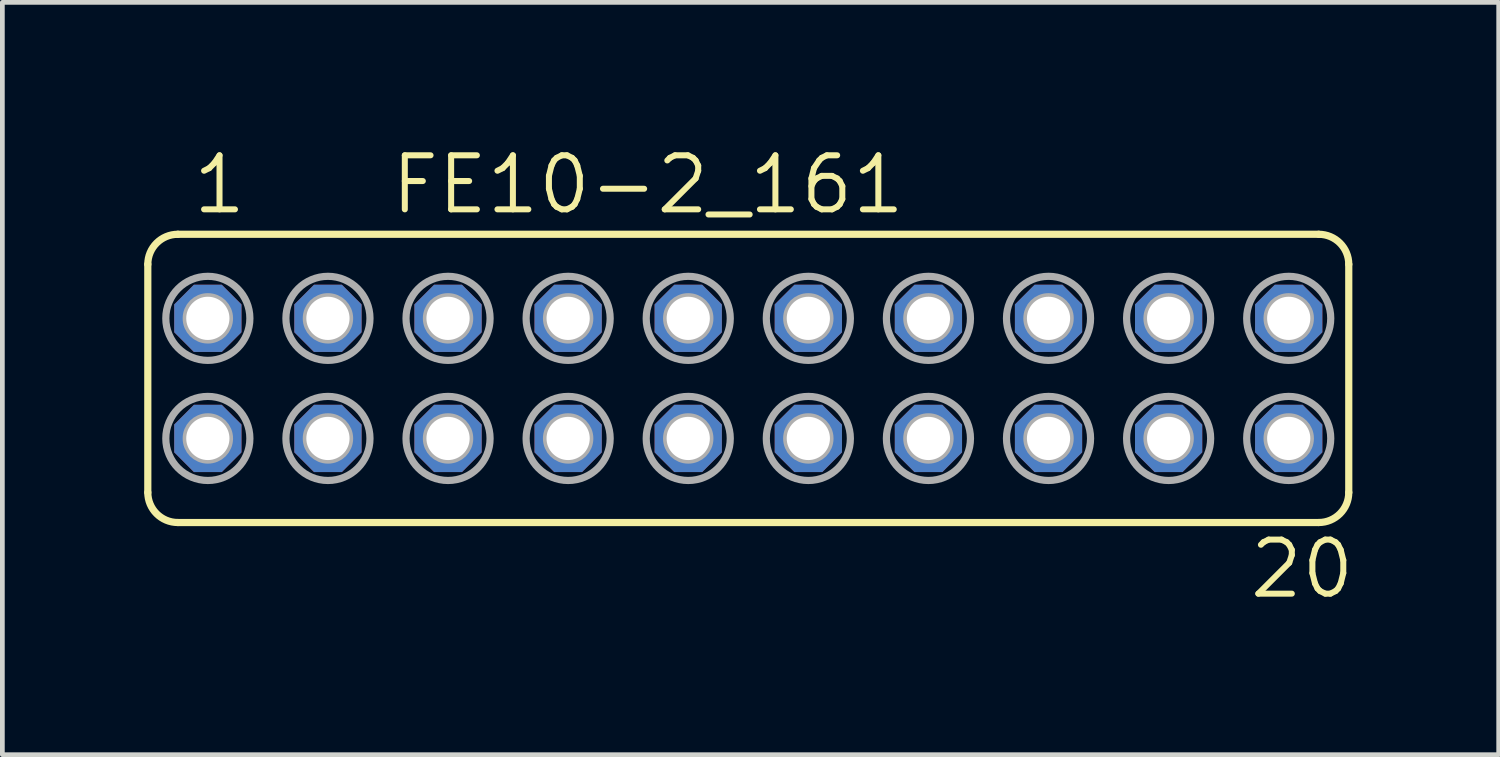
<source format=kicad_pcb>
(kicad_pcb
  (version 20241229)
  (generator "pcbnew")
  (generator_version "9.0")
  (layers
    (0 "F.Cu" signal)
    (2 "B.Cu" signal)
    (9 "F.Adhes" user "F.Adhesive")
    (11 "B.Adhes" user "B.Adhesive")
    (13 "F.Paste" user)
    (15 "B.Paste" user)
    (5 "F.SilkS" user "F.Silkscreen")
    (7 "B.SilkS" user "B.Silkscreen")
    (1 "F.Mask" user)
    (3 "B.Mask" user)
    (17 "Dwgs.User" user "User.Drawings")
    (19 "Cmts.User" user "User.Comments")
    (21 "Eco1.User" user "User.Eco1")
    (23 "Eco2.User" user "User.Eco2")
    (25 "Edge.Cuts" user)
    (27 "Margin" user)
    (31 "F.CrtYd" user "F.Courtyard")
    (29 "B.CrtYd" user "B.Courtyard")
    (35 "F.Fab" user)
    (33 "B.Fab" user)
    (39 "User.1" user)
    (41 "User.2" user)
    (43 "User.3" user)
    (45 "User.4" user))
  (footprint "FE10-2_161"
    (layer "F.Cu")
    (at 12.776 4.953)
    (property "Reference" "FE10-2_161" (at -7.62 -3.429 0) (unlocked yes) (layer "F.SilkS") (effects (font (size 1.143 1.143) (thickness 0.127)) (justify left bottom)))
    (fp_line (start -12.7 2.413) (end -12.7 -2.413) (stroke (width 0.152) (type solid)) (layer "F.SilkS"))
    (fp_line (start -12.065 -3.048) (end 12.065 -3.048) (stroke (width 0.152) (type solid)) (layer "F.SilkS"))
    (fp_line (start -12.065 3.048) (end 12.065 3.048) (stroke (width 0.152) (type solid)) (layer "F.SilkS"))
    (fp_line (start 12.7 2.413) (end 12.7 -2.413) (stroke (width 0.152) (type solid)) (layer "F.SilkS"))
    (fp_arc (start -12.7 -2.413) (mid -12.514013 -2.862013) (end -12.065 -3.048) (stroke (width 0.1524) (type solid)) (layer "F.SilkS"))
    (fp_arc (start -12.065 3.048) (mid -12.514013 2.862013) (end -12.7 2.413) (stroke (width 0.1524) (type solid)) (layer "F.SilkS"))
    (fp_arc (start 12.065 -3.048) (mid 12.514013 -2.862013) (end 12.7 -2.413) (stroke (width 0.1524) (type solid)) (layer "F.SilkS"))
    (fp_arc (start 12.7 2.413) (mid 12.514013 2.862013) (end 12.065 3.048) (stroke (width 0.1524) (type solid)) (layer "F.SilkS"))
    (fp_circle (center -11.43 -1.27) (end -11.303 -1.27) (stroke (width 0.406) (type solid)) (fill no) (layer "F.Fab"))
    (fp_circle (center -11.43 -1.27) (end -10.541 -1.27) (stroke (width 0.152) (type solid)) (fill no) (layer "F.Fab"))
    (fp_circle (center -11.43 1.27) (end -11.303 1.27) (stroke (width 0.406) (type solid)) (fill no) (layer "F.Fab"))
    (fp_circle (center -11.43 1.27) (end -10.541 1.27) (stroke (width 0.152) (type solid)) (fill no) (layer "F.Fab"))
    (fp_circle (center -8.89 -1.27) (end -8.763 -1.27) (stroke (width 0.406) (type solid)) (fill no) (layer "F.Fab"))
    (fp_circle (center -8.89 -1.27) (end -8.001 -1.27) (stroke (width 0.152) (type solid)) (fill no) (layer "F.Fab"))
    (fp_circle (center -8.89 1.27) (end -8.763 1.27) (stroke (width 0.406) (type solid)) (fill no) (layer "F.Fab"))
    (fp_circle (center -8.89 1.27) (end -8.001 1.27) (stroke (width 0.152) (type solid)) (fill no) (layer "F.Fab"))
    (fp_circle (center -6.35 -1.27) (end -6.223 -1.27) (stroke (width 0.406) (type solid)) (fill no) (layer "F.Fab"))
    (fp_circle (center -6.35 -1.27) (end -5.461 -1.27) (stroke (width 0.152) (type solid)) (fill no) (layer "F.Fab"))
    (fp_circle (center -6.35 1.27) (end -6.223 1.27) (stroke (width 0.406) (type solid)) (fill no) (layer "F.Fab"))
    (fp_circle (center -6.35 1.27) (end -5.461 1.27) (stroke (width 0.152) (type solid)) (fill no) (layer "F.Fab"))
    (fp_circle (center -3.81 -1.27) (end -3.683 -1.27) (stroke (width 0.406) (type solid)) (fill no) (layer "F.Fab"))
    (fp_circle (center -3.81 -1.27) (end -2.921 -1.27) (stroke (width 0.152) (type solid)) (fill no) (layer "F.Fab"))
    (fp_circle (center -3.81 1.27) (end -3.683 1.27) (stroke (width 0.406) (type solid)) (fill no) (layer "F.Fab"))
    (fp_circle (center -3.81 1.27) (end -2.921 1.27) (stroke (width 0.152) (type solid)) (fill no) (layer "F.Fab"))
    (fp_circle (center -1.27 -1.27) (end -1.143 -1.27) (stroke (width 0.406) (type solid)) (fill no) (layer "F.Fab"))
    (fp_circle (center -1.27 -1.27) (end -0.381 -1.27) (stroke (width 0.152) (type solid)) (fill no) (layer "F.Fab"))
    (fp_circle (center -1.27 1.27) (end -1.143 1.27) (stroke (width 0.406) (type solid)) (fill no) (layer "F.Fab"))
    (fp_circle (center -1.27 1.27) (end -0.381 1.27) (stroke (width 0.152) (type solid)) (fill no) (layer "F.Fab"))
    (fp_circle (center 1.27 -1.27) (end 1.397 -1.27) (stroke (width 0.406) (type solid)) (fill no) (layer "F.Fab"))
    (fp_circle (center 1.27 -1.27) (end 2.159 -1.27) (stroke (width 0.152) (type solid)) (fill no) (layer "F.Fab"))
    (fp_circle (center 1.27 1.27) (end 1.397 1.27) (stroke (width 0.406) (type solid)) (fill no) (layer "F.Fab"))
    (fp_circle (center 1.27 1.27) (end 2.159 1.27) (stroke (width 0.152) (type solid)) (fill no) (layer "F.Fab"))
    (fp_circle (center 3.81 -1.27) (end 3.937 -1.27) (stroke (width 0.406) (type solid)) (fill no) (layer "F.Fab"))
    (fp_circle (center 3.81 -1.27) (end 4.699 -1.27) (stroke (width 0.152) (type solid)) (fill no) (layer "F.Fab"))
    (fp_circle (center 3.81 1.27) (end 3.937 1.27) (stroke (width 0.406) (type solid)) (fill no) (layer "F.Fab"))
    (fp_circle (center 3.81 1.27) (end 4.699 1.27) (stroke (width 0.152) (type solid)) (fill no) (layer "F.Fab"))
    (fp_circle (center 6.35 -1.27) (end 6.477 -1.27) (stroke (width 0.406) (type solid)) (fill no) (layer "F.Fab"))
    (fp_circle (center 6.35 -1.27) (end 7.239 -1.27) (stroke (width 0.152) (type solid)) (fill no) (layer "F.Fab"))
    (fp_circle (center 6.35 1.27) (end 6.477 1.27) (stroke (width 0.406) (type solid)) (fill no) (layer "F.Fab"))
    (fp_circle (center 6.35 1.27) (end 7.239 1.27) (stroke (width 0.152) (type solid)) (fill no) (layer "F.Fab"))
    (fp_circle (center 8.89 -1.27) (end 9.017 -1.27) (stroke (width 0.406) (type solid)) (fill no) (layer "F.Fab"))
    (fp_circle (center 8.89 -1.27) (end 9.779 -1.27) (stroke (width 0.152) (type solid)) (fill no) (layer "F.Fab"))
    (fp_circle (center 8.89 1.27) (end 9.017 1.27) (stroke (width 0.406) (type solid)) (fill no) (layer "F.Fab"))
    (fp_circle (center 8.89 1.27) (end 9.779 1.27) (stroke (width 0.152) (type solid)) (fill no) (layer "F.Fab"))
    (fp_circle (center 11.43 -1.27) (end 11.557 -1.27) (stroke (width 0.406) (type solid)) (fill no) (layer "F.Fab"))
    (fp_circle (center 11.43 -1.27) (end 12.319 -1.27) (stroke (width 0.152) (type solid)) (fill no) (layer "F.Fab"))
    (fp_circle (center 11.43 1.27) (end 11.557 1.27) (stroke (width 0.406) (type solid)) (fill no) (layer "F.Fab"))
    (fp_circle (center 11.43 1.27) (end 12.319 1.27) (stroke (width 0.152) (type solid)) (fill no) (layer "F.Fab"))
    (fp_text user "1" (at -11.811 -3.429 0) (unlocked yes) (layer "F.SilkS") (effects (font (size 1.143 1.143) (thickness 0.127)) (justify left bottom)))
    (fp_text user "20" (at 10.541 4.699 0) (unlocked yes) (layer "F.SilkS") (effects (font (size 1.143 1.143) (thickness 0.127)) (justify left bottom)))
    (pad "1" thru_hole roundrect (at -11.43 -1.27) (size 1.422 1.422) (drill 0.914) (layers "*.Cu" "*.Mask") (roundrect_rratio 0.25) (chamfer_ratio 0.293) (chamfer top_left top_right bottom_left bottom_right))
    (pad "2" thru_hole roundrect (at -11.43 1.27) (size 1.422 1.422) (drill 0.914) (layers "*.Cu" "*.Mask") (roundrect_rratio 0.25) (chamfer_ratio 0.293) (chamfer top_left top_right bottom_left bottom_right))
    (pad "3" thru_hole roundrect (at -8.89 -1.27) (size 1.422 1.422) (drill 0.914) (layers "*.Cu" "*.Mask") (roundrect_rratio 0.25) (chamfer_ratio 0.293) (chamfer top_left top_right bottom_left bottom_right))
    (pad "4" thru_hole roundrect (at -8.89 1.27) (size 1.422 1.422) (drill 0.914) (layers "*.Cu" "*.Mask") (roundrect_rratio 0.25) (chamfer_ratio 0.293) (chamfer top_left top_right bottom_left bottom_right))
    (pad "5" thru_hole roundrect (at -6.35 -1.27) (size 1.422 1.422) (drill 0.914) (layers "*.Cu" "*.Mask") (roundrect_rratio 0.25) (chamfer_ratio 0.293) (chamfer top_left top_right bottom_left bottom_right))
    (pad "6" thru_hole roundrect (at -6.35 1.27) (size 1.422 1.422) (drill 0.914) (layers "*.Cu" "*.Mask") (roundrect_rratio 0.25) (chamfer_ratio 0.293) (chamfer top_left top_right bottom_left bottom_right))
    (pad "7" thru_hole roundrect (at -3.81 -1.27) (size 1.422 1.422) (drill 0.914) (layers "*.Cu" "*.Mask") (roundrect_rratio 0.25) (chamfer_ratio 0.293) (chamfer top_left top_right bottom_left bottom_right))
    (pad "8" thru_hole roundrect (at -3.81 1.27) (size 1.422 1.422) (drill 0.914) (layers "*.Cu" "*.Mask") (roundrect_rratio 0.25) (chamfer_ratio 0.293) (chamfer top_left top_right bottom_left bottom_right))
    (pad "9" thru_hole roundrect (at -1.27 -1.27) (size 1.422 1.422) (drill 0.914) (layers "*.Cu" "*.Mask") (roundrect_rratio 0.25) (chamfer_ratio 0.293) (chamfer top_left top_right bottom_left bottom_right))
    (pad "10" thru_hole roundrect (at -1.27 1.27) (size 1.422 1.422) (drill 0.914) (layers "*.Cu" "*.Mask") (roundrect_rratio 0.25) (chamfer_ratio 0.293) (chamfer top_left top_right bottom_left bottom_right))
    (pad "11" thru_hole roundrect (at 1.27 -1.27) (size 1.422 1.422) (drill 0.914) (layers "*.Cu" "*.Mask") (roundrect_rratio 0.25) (chamfer_ratio 0.293) (chamfer top_left top_right bottom_left bottom_right))
    (pad "12" thru_hole roundrect (at 1.27 1.27) (size 1.422 1.422) (drill 0.914) (layers "*.Cu" "*.Mask") (roundrect_rratio 0.25) (chamfer_ratio 0.293) (chamfer top_left top_right bottom_left bottom_right))
    (pad "13" thru_hole roundrect (at 3.81 -1.27) (size 1.422 1.422) (drill 0.914) (layers "*.Cu" "*.Mask") (roundrect_rratio 0.25) (chamfer_ratio 0.293) (chamfer top_left top_right bottom_left bottom_right))
    (pad "14" thru_hole roundrect (at 3.81 1.27) (size 1.422 1.422) (drill 0.914) (layers "*.Cu" "*.Mask") (roundrect_rratio 0.25) (chamfer_ratio 0.293) (chamfer top_left top_right bottom_left bottom_right))
    (pad "15" thru_hole roundrect (at 6.35 -1.27) (size 1.422 1.422) (drill 0.914) (layers "*.Cu" "*.Mask") (roundrect_rratio 0.25) (chamfer_ratio 0.293) (chamfer top_left top_right bottom_left bottom_right))
    (pad "16" thru_hole roundrect (at 6.35 1.27) (size 1.422 1.422) (drill 0.914) (layers "*.Cu" "*.Mask") (roundrect_rratio 0.25) (chamfer_ratio 0.293) (chamfer top_left top_right bottom_left bottom_right))
    (pad "17" thru_hole roundrect (at 8.89 -1.27) (size 1.422 1.422) (drill 0.914) (layers "*.Cu" "*.Mask") (roundrect_rratio 0.25) (chamfer_ratio 0.293) (chamfer top_left top_right bottom_left bottom_right))
    (pad "18" thru_hole roundrect (at 8.89 1.27) (size 1.422 1.422) (drill 0.914) (layers "*.Cu" "*.Mask") (roundrect_rratio 0.25) (chamfer_ratio 0.293) (chamfer top_left top_right bottom_left bottom_right))
    (pad "19" thru_hole roundrect (at 11.43 -1.27) (size 1.422 1.422) (drill 0.914) (layers "*.Cu" "*.Mask") (roundrect_rratio 0.25) (chamfer_ratio 0.293) (chamfer top_left top_right bottom_left bottom_right))
    (pad "20" thru_hole roundrect (at 11.43 1.27) (size 1.422 1.422) (drill 0.914) (layers "*.Cu" "*.Mask") (roundrect_rratio 0.25) (chamfer_ratio 0.293) (chamfer top_left top_right bottom_left bottom_right)))
  (gr_rect
    (start -3 -3)
    (end 28.647 12.911)
    (stroke (width 0.1) (type default))
    (fill no)
    (layer "Edge.Cuts")))
</source>
